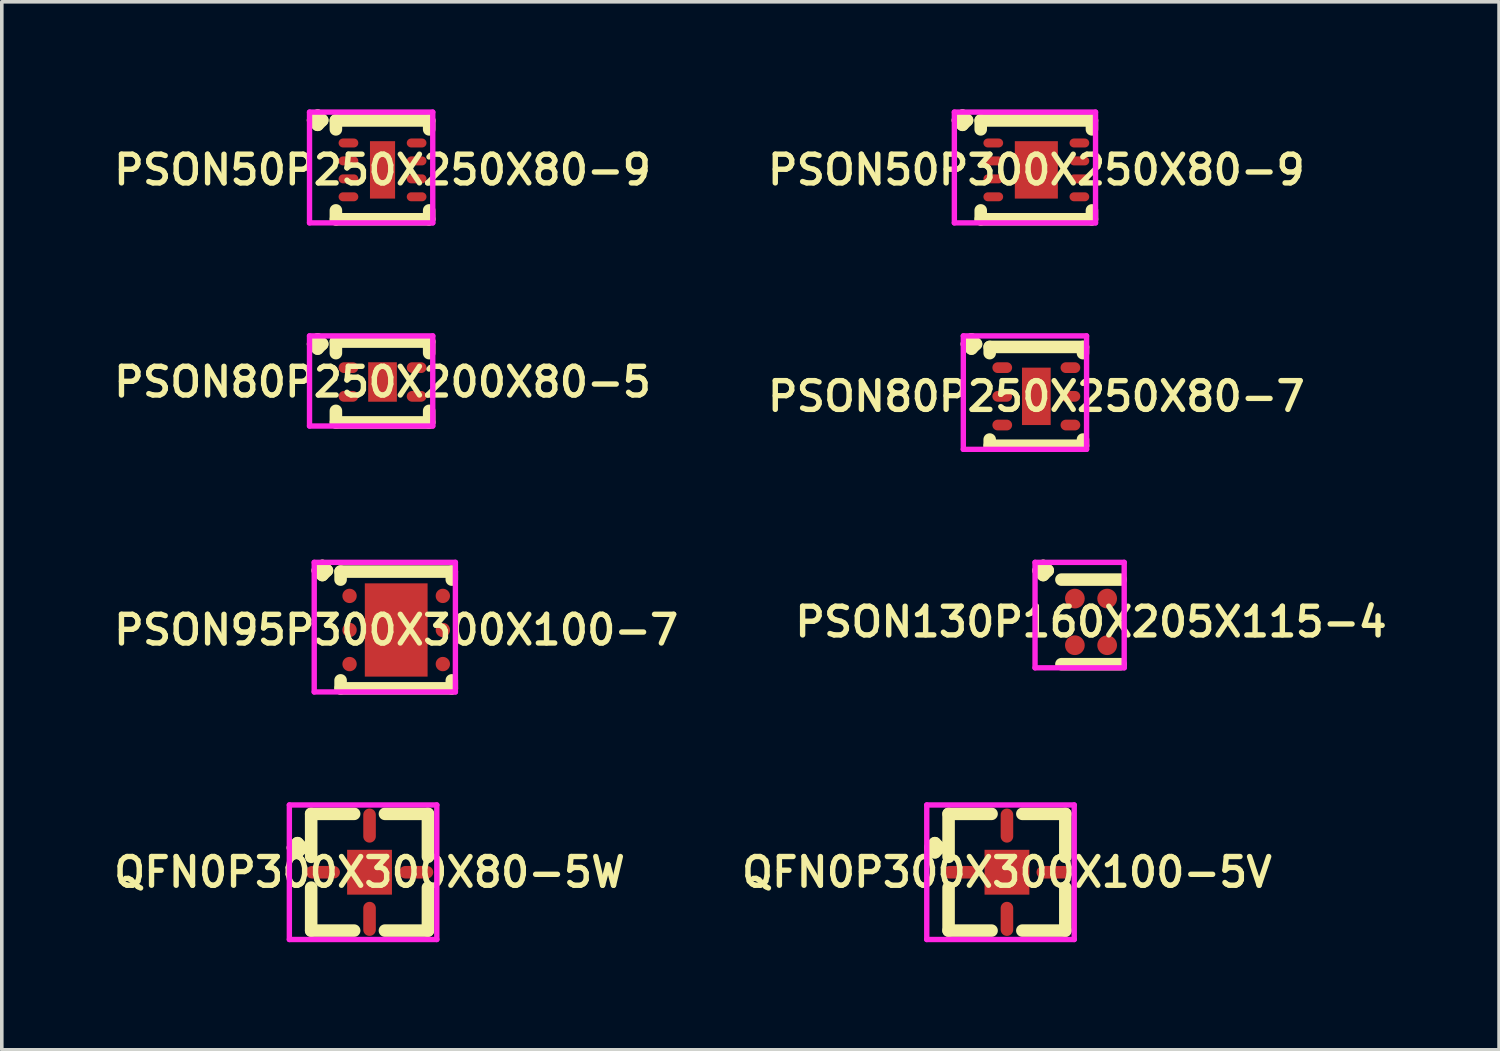
<source format=kicad_pcb>
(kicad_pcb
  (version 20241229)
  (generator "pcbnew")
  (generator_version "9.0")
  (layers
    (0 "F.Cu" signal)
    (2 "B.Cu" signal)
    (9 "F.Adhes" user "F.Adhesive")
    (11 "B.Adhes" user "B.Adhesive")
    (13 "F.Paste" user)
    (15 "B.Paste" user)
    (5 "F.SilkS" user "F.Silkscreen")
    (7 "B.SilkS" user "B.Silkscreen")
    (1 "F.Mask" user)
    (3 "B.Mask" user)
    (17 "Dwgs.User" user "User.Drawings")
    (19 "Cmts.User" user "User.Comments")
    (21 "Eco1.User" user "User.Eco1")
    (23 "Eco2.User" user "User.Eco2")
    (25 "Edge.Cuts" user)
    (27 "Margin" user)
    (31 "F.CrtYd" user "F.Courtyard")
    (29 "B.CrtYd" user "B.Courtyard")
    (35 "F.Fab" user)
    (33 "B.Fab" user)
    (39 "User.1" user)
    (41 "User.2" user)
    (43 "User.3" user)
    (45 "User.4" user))
  (footprint "PSON80P250X200X80-5"
    (layer "F.Cu")
    (at 7.612 7.597)
    (property "Reference" "PSON80P250X200X80-5" (at 0 0 0) (layer "F.SilkS") (effects (font (size 0.8 0.8) (thickness 0.15))))
    (attr through_hole)
    (fp_line (start -1.935 -1.058) (end -1.808 -1.185) (stroke (width 0.35) (type solid)) (layer "F.SilkS"))
    (fp_line (start -1.808 -1.185) (end -1.681 -1.058) (stroke (width 0.35) (type solid)) (layer "F.SilkS"))
    (fp_line (start -1.808 -0.931) (end -1.935 -1.058) (stroke (width 0.35) (type solid)) (layer "F.SilkS"))
    (fp_line (start -1.681 -1.058) (end -1.808 -0.931) (stroke (width 0.35) (type solid)) (layer "F.SilkS"))
    (fp_line (start -1.3 -1.127) (end 1.3 -1.127) (stroke (width 0.35) (type solid)) (layer "F.SilkS"))
    (fp_line (start -1.3 -0.804) (end -1.3 -1.127) (stroke (width 0.35) (type solid)) (layer "F.SilkS"))
    (fp_line (start -1.3 0.804) (end -1.3 1.127) (stroke (width 0.35) (type solid)) (layer "F.SilkS"))
    (fp_line (start -1.3 1.127) (end 1.3 1.127) (stroke (width 0.35) (type solid)) (layer "F.SilkS"))
    (fp_line (start 1.3 -1.127) (end 1.3 -0.804) (stroke (width 0.35) (type solid)) (layer "F.SilkS"))
    (fp_line (start 1.3 1.127) (end 1.3 0.804) (stroke (width 0.35) (type solid)) (layer "F.SilkS"))
    (fp_line (start -2.035 -1.285) (end 1.4 -1.285) (stroke (width 0.15) (type solid)) (layer "F.CrtYd"))
    (fp_line (start -2.035 1.227) (end -2.035 -1.285) (stroke (width 0.15) (type solid)) (layer "F.CrtYd"))
    (fp_line (start 1.4 -1.285) (end 1.4 1.227) (stroke (width 0.15) (type solid)) (layer "F.CrtYd"))
    (fp_line (start 1.4 1.227) (end -2.035 1.227) (stroke (width 0.15) (type solid)) (layer "F.CrtYd"))
    (pad "1" smd oval (at -0.95 -0.4) (size 0.55 0.3) (layers "F.Cu" "F.Mask" "F.Paste"))
    (pad "2" smd oval (at -0.95 0.4) (size 0.55 0.3) (layers "F.Cu" "F.Mask" "F.Paste"))
    (pad "3" smd oval (at 0.95 0.4) (size 0.55 0.3) (layers "F.Cu" "F.Mask" "F.Paste"))
    (pad "4" smd oval (at 0.95 -0.4) (size 0.55 0.3) (layers "F.Cu" "F.Mask" "F.Paste"))
    (pad "5" smd rect (at 0 0) (size 0.8 1.1) (layers "F.Cu" "F.Mask" "F.Paste")))
  (footprint "PSON130P160X205X115-4"
    (layer "F.Cu")
    (at 27.359 14.284)
    (property "Reference" "PSON130P160X205X115-4" (at 0 0 0) (layer "F.SilkS") (effects (font (size 0.8 0.8) (thickness 0.15))))
    (attr smd)
    (fp_line (start -1.46 -1.433) (end -1.333 -1.56) (stroke (width 0.35) (type solid)) (layer "F.SilkS"))
    (fp_line (start -1.333 -1.56) (end -1.206 -1.433) (stroke (width 0.35) (type solid)) (layer "F.SilkS"))
    (fp_line (start -1.333 -1.306) (end -1.46 -1.433) (stroke (width 0.35) (type solid)) (layer "F.SilkS"))
    (fp_line (start -1.206 -1.433) (end -1.333 -1.306) (stroke (width 0.35) (type solid)) (layer "F.SilkS"))
    (fp_line (start -0.825 -1.179) (end 0.825 -1.179) (stroke (width 0.35) (type solid)) (layer "F.SilkS"))
    (fp_line (start -0.825 1.179) (end 0.825 1.179) (stroke (width 0.35) (type solid)) (layer "F.SilkS"))
    (fp_line (start -1.56 -1.66) (end 0.925 -1.66) (stroke (width 0.15) (type solid)) (layer "F.CrtYd"))
    (fp_line (start -1.56 1.279) (end -1.56 -1.66) (stroke (width 0.15) (type solid)) (layer "F.CrtYd"))
    (fp_line (start 0.925 -1.66) (end 0.925 1.279) (stroke (width 0.15) (type solid)) (layer "F.CrtYd"))
    (fp_line (start 0.925 1.279) (end -1.56 1.279) (stroke (width 0.15) (type solid)) (layer "F.CrtYd"))
    (pad "1" smd oval (at -0.45 -0.65) (size 0.55 0.55) (layers "F.Cu" "F.Mask" "F.Paste"))
    (pad "2" smd oval (at -0.45 0.65) (size 0.55 0.55) (layers "F.Cu" "F.Mask" "F.Paste"))
    (pad "3" smd oval (at 0.45 0.65) (size 0.55 0.55) (layers "F.Cu" "F.Mask" "F.Paste"))
    (pad "4" smd oval (at 0.45 -0.65) (size 0.55 0.55) (layers "F.Cu" "F.Mask" "F.Paste")))
  (footprint "PSON50P250X250X80-9"
    (layer "F.Cu")
    (at 7.612 1.685)
    (property "Reference" "PSON50P250X250X80-9" (at 0 0 0) (layer "F.SilkS") (effects (font (size 0.8 0.8) (thickness 0.15))))
    (attr smd)
    (fp_line (start -1.935 -1.383) (end -1.808 -1.51) (stroke (width 0.35) (type solid)) (layer "F.SilkS"))
    (fp_line (start -1.808 -1.51) (end -1.681 -1.383) (stroke (width 0.35) (type solid)) (layer "F.SilkS"))
    (fp_line (start -1.808 -1.256) (end -1.935 -1.383) (stroke (width 0.35) (type solid)) (layer "F.SilkS"))
    (fp_line (start -1.681 -1.383) (end -1.808 -1.256) (stroke (width 0.35) (type solid)) (layer "F.SilkS"))
    (fp_line (start -1.3 -1.377) (end 1.3 -1.377) (stroke (width 0.35) (type solid)) (layer "F.SilkS"))
    (fp_line (start -1.3 -1.129) (end -1.3 -1.377) (stroke (width 0.35) (type solid)) (layer "F.SilkS"))
    (fp_line (start -1.3 1.129) (end -1.3 1.377) (stroke (width 0.35) (type solid)) (layer "F.SilkS"))
    (fp_line (start -1.3 1.377) (end 1.3 1.377) (stroke (width 0.35) (type solid)) (layer "F.SilkS"))
    (fp_line (start 1.3 -1.377) (end 1.3 -1.129) (stroke (width 0.35) (type solid)) (layer "F.SilkS"))
    (fp_line (start 1.3 1.377) (end 1.3 1.129) (stroke (width 0.35) (type solid)) (layer "F.SilkS"))
    (fp_line (start -2.035 -1.61) (end 1.4 -1.61) (stroke (width 0.15) (type solid)) (layer "F.CrtYd"))
    (fp_line (start -2.035 1.477) (end -2.035 -1.61) (stroke (width 0.15) (type solid)) (layer "F.CrtYd"))
    (fp_line (start 1.4 -1.61) (end 1.4 1.477) (stroke (width 0.15) (type solid)) (layer "F.CrtYd"))
    (fp_line (start 1.4 1.477) (end -2.035 1.477) (stroke (width 0.15) (type solid)) (layer "F.CrtYd"))
    (pad "1" smd oval (at -0.95 -0.75) (size 0.55 0.25) (layers "F.Cu" "F.Mask" "F.Paste"))
    (pad "2" smd oval (at -0.95 -0.25) (size 0.55 0.25) (layers "F.Cu" "F.Mask" "F.Paste"))
    (pad "3" smd oval (at -0.95 0.25) (size 0.55 0.25) (layers "F.Cu" "F.Mask" "F.Paste"))
    (pad "4" smd oval (at -0.95 0.75) (size 0.55 0.25) (layers "F.Cu" "F.Mask" "F.Paste"))
    (pad "5" smd oval (at 0.95 0.75) (size 0.55 0.25) (layers "F.Cu" "F.Mask" "F.Paste"))
    (pad "6" smd oval (at 0.95 0.25) (size 0.55 0.25) (layers "F.Cu" "F.Mask" "F.Paste"))
    (pad "7" smd oval (at 0.95 -0.25) (size 0.55 0.25) (layers "F.Cu" "F.Mask" "F.Paste"))
    (pad "8" smd oval (at 0.95 -0.75) (size 0.55 0.25) (layers "F.Cu" "F.Mask" "F.Paste"))
    (pad "9" smd rect (at 0 0) (size 0.7 1.6) (layers "F.Cu" "F.Mask" "F.Paste")))
  (footprint "QFN0P300X300X80-5W"
    (layer "F.Cu")
    (at 7.25 21.261)
    (property "Reference" "QFN0P300X300X80-5W" (at 0 0 0) (layer "F.SilkS") (effects (font (size 0.8 0.8) (thickness 0.15))))
    (attr smd)
    (fp_line (start -2.135 -0.683) (end -2.008 -0.81) (stroke (width 0.35) (type solid)) (layer "F.SilkS"))
    (fp_line (start -2.008 -0.81) (end -1.881 -0.683) (stroke (width 0.35) (type solid)) (layer "F.SilkS"))
    (fp_line (start -2.008 -0.556) (end -2.135 -0.683) (stroke (width 0.35) (type solid)) (layer "F.SilkS"))
    (fp_line (start -1.881 -0.683) (end -2.008 -0.556) (stroke (width 0.35) (type solid)) (layer "F.SilkS"))
    (fp_line (start -1.627 -1.627) (end -0.429 -1.627) (stroke (width 0.35) (type solid)) (layer "F.SilkS"))
    (fp_line (start -1.627 -0.429) (end -1.627 -1.627) (stroke (width 0.35) (type solid)) (layer "F.SilkS"))
    (fp_line (start -1.627 0.429) (end -1.627 1.627) (stroke (width 0.35) (type solid)) (layer "F.SilkS"))
    (fp_line (start -1.627 1.627) (end -0.429 1.627) (stroke (width 0.35) (type solid)) (layer "F.SilkS"))
    (fp_line (start 0.429 -1.627) (end 1.627 -1.627) (stroke (width 0.35) (type solid)) (layer "F.SilkS"))
    (fp_line (start 0.429 1.627) (end 1.627 1.627) (stroke (width 0.35) (type solid)) (layer "F.SilkS"))
    (fp_line (start 1.627 -1.627) (end 1.627 -0.429) (stroke (width 0.35) (type solid)) (layer "F.SilkS"))
    (fp_line (start 1.627 1.627) (end 1.627 0.429) (stroke (width 0.35) (type solid)) (layer "F.SilkS"))
    (fp_line (start -2.235 -1.875) (end 1.875 -1.875) (stroke (width 0.15) (type solid)) (layer "F.CrtYd"))
    (fp_line (start -2.235 1.875) (end -2.235 -1.875) (stroke (width 0.15) (type solid)) (layer "F.CrtYd"))
    (fp_line (start 1.875 -1.875) (end 1.875 1.875) (stroke (width 0.15) (type solid)) (layer "F.CrtYd"))
    (fp_line (start 1.875 1.875) (end -2.235 1.875) (stroke (width 0.15) (type solid)) (layer "F.CrtYd"))
    (pad "1" smd oval (at -1.3 0) (size 0.95 0.35) (layers "F.Cu" "F.Mask" "F.Paste"))
    (pad "2" smd oval (at 0 1.3) (size 0.35 0.95) (layers "F.Cu" "F.Mask" "F.Paste"))
    (pad "3" smd oval (at 1.3 0) (size 0.95 0.35) (layers "F.Cu" "F.Mask" "F.Paste"))
    (pad "4" smd oval (at 0 -1.3) (size 0.35 0.95) (layers "F.Cu" "F.Mask" "F.Paste"))
    (pad "5" smd rect (at 0 0) (size 1.25 1.25) (layers "F.Cu" "F.Mask" "F.Paste")))
  (footprint "PSON95P300X300X100-7"
    (layer "F.Cu")
    (at 7.993 14.509)
    (property "Reference" "PSON95P300X300X100-7" (at 0 0 0) (layer "F.SilkS") (effects (font (size 0.8 0.8) (thickness 0.15))))
    (attr through_hole)
    (fp_line (start -2.185 -1.658) (end -2.058 -1.785) (stroke (width 0.35) (type solid)) (layer "F.SilkS"))
    (fp_line (start -2.058 -1.785) (end -1.931 -1.658) (stroke (width 0.35) (type solid)) (layer "F.SilkS"))
    (fp_line (start -2.058 -1.531) (end -2.185 -1.658) (stroke (width 0.35) (type solid)) (layer "F.SilkS"))
    (fp_line (start -1.931 -1.658) (end -2.058 -1.531) (stroke (width 0.35) (type solid)) (layer "F.SilkS"))
    (fp_line (start -1.55 -1.627) (end 1.55 -1.627) (stroke (width 0.35) (type solid)) (layer "F.SilkS"))
    (fp_line (start -1.55 -1.404) (end -1.55 -1.627) (stroke (width 0.35) (type solid)) (layer "F.SilkS"))
    (fp_line (start -1.55 1.404) (end -1.55 1.627) (stroke (width 0.35) (type solid)) (layer "F.SilkS"))
    (fp_line (start -1.55 1.627) (end 1.55 1.627) (stroke (width 0.35) (type solid)) (layer "F.SilkS"))
    (fp_line (start 1.55 -1.627) (end 1.55 -1.404) (stroke (width 0.35) (type solid)) (layer "F.SilkS"))
    (fp_line (start 1.55 1.627) (end 1.55 1.404) (stroke (width 0.35) (type solid)) (layer "F.SilkS"))
    (fp_line (start -2.285 -1.885) (end 1.65 -1.885) (stroke (width 0.15) (type solid)) (layer "F.CrtYd"))
    (fp_line (start -2.285 1.727) (end -2.285 -1.885) (stroke (width 0.15) (type solid)) (layer "F.CrtYd"))
    (fp_line (start 1.65 -1.885) (end 1.65 1.727) (stroke (width 0.15) (type solid)) (layer "F.CrtYd"))
    (fp_line (start 1.65 1.727) (end -2.285 1.727) (stroke (width 0.15) (type solid)) (layer "F.CrtYd"))
    (pad "1" smd oval (at -1.3 -0.95) (size 0.4 0.4) (layers "F.Cu" "F.Mask" "F.Paste"))
    (pad "2" smd oval (at -1.3 0) (size 0.4 0.4) (layers "F.Cu" "F.Mask" "F.Paste"))
    (pad "3" smd oval (at -1.3 0.95) (size 0.4 0.4) (layers "F.Cu" "F.Mask" "F.Paste"))
    (pad "4" smd oval (at 1.3 0.95) (size 0.4 0.4) (layers "F.Cu" "F.Mask" "F.Paste"))
    (pad "5" smd oval (at 1.3 0) (size 0.4 0.4) (layers "F.Cu" "F.Mask" "F.Paste"))
    (pad "6" smd oval (at 1.3 -0.95) (size 0.4 0.4) (layers "F.Cu" "F.Mask" "F.Paste"))
    (pad "7" smd rect (at 0 0) (size 1.75 2.6) (layers "F.Cu" "F.Mask" "F.Paste")))
  (footprint "PSON80P250X250X80-7"
    (layer "F.Cu")
    (at 25.835 7.997)
    (property "Reference" "PSON80P250X250X80-7" (at 0 0 0) (layer "F.SilkS") (effects (font (size 0.8 0.8) (thickness 0.15))))
    (attr smd)
    (fp_line (start -1.935 -1.458) (end -1.808 -1.585) (stroke (width 0.35) (type solid)) (layer "F.SilkS"))
    (fp_line (start -1.808 -1.585) (end -1.681 -1.458) (stroke (width 0.35) (type solid)) (layer "F.SilkS"))
    (fp_line (start -1.808 -1.331) (end -1.935 -1.458) (stroke (width 0.35) (type solid)) (layer "F.SilkS"))
    (fp_line (start -1.681 -1.458) (end -1.808 -1.331) (stroke (width 0.35) (type solid)) (layer "F.SilkS"))
    (fp_line (start -1.3 -1.377) (end 1.3 -1.377) (stroke (width 0.35) (type solid)) (layer "F.SilkS"))
    (fp_line (start -1.3 -1.204) (end -1.3 -1.377) (stroke (width 0.35) (type solid)) (layer "F.SilkS"))
    (fp_line (start -1.3 1.204) (end -1.3 1.377) (stroke (width 0.35) (type solid)) (layer "F.SilkS"))
    (fp_line (start -1.3 1.377) (end 1.3 1.377) (stroke (width 0.35) (type solid)) (layer "F.SilkS"))
    (fp_line (start 1.3 -1.377) (end 1.3 -1.204) (stroke (width 0.35) (type solid)) (layer "F.SilkS"))
    (fp_line (start 1.3 1.377) (end 1.3 1.204) (stroke (width 0.35) (type solid)) (layer "F.SilkS"))
    (fp_line (start -2.035 -1.685) (end 1.4 -1.685) (stroke (width 0.15) (type solid)) (layer "F.CrtYd"))
    (fp_line (start -2.035 1.477) (end -2.035 -1.685) (stroke (width 0.15) (type solid)) (layer "F.CrtYd"))
    (fp_line (start 1.4 -1.685) (end 1.4 1.477) (stroke (width 0.15) (type solid)) (layer "F.CrtYd"))
    (fp_line (start 1.4 1.477) (end -2.035 1.477) (stroke (width 0.15) (type solid)) (layer "F.CrtYd"))
    (pad "1" smd oval (at -0.95 -0.8) (size 0.55 0.3) (layers "F.Cu" "F.Mask" "F.Paste"))
    (pad "2" smd oval (at -0.95 0) (size 0.55 0.3) (layers "F.Cu" "F.Mask" "F.Paste"))
    (pad "3" smd oval (at -0.95 0.8) (size 0.55 0.3) (layers "F.Cu" "F.Mask" "F.Paste"))
    (pad "4" smd oval (at 0.95 0.8) (size 0.55 0.3) (layers "F.Cu" "F.Mask" "F.Paste"))
    (pad "5" smd oval (at 0.95 0) (size 0.55 0.3) (layers "F.Cu" "F.Mask" "F.Paste"))
    (pad "6" smd oval (at 0.95 -0.8) (size 0.55 0.3) (layers "F.Cu" "F.Mask" "F.Paste"))
    (pad "7" smd rect (at 0 0) (size 0.8 1.6) (layers "F.Cu" "F.Mask" "F.Paste")))
  (footprint "PSON50P300X250X80-9"
    (layer "F.Cu")
    (at 25.835 1.685)
    (property "Reference" "PSON50P300X250X80-9" (at 0 0 0) (layer "F.SilkS") (effects (font (size 0.8 0.8) (thickness 0.15))))
    (attr smd)
    (fp_line (start -2.185 -1.383) (end -2.058 -1.51) (stroke (width 0.35) (type solid)) (layer "F.SilkS"))
    (fp_line (start -2.058 -1.51) (end -1.931 -1.383) (stroke (width 0.35) (type solid)) (layer "F.SilkS"))
    (fp_line (start -2.058 -1.256) (end -2.185 -1.383) (stroke (width 0.35) (type solid)) (layer "F.SilkS"))
    (fp_line (start -1.931 -1.383) (end -2.058 -1.256) (stroke (width 0.35) (type solid)) (layer "F.SilkS"))
    (fp_line (start -1.55 -1.377) (end 1.55 -1.377) (stroke (width 0.35) (type solid)) (layer "F.SilkS"))
    (fp_line (start -1.55 -1.129) (end -1.55 -1.377) (stroke (width 0.35) (type solid)) (layer "F.SilkS"))
    (fp_line (start -1.55 1.129) (end -1.55 1.377) (stroke (width 0.35) (type solid)) (layer "F.SilkS"))
    (fp_line (start -1.55 1.377) (end 1.55 1.377) (stroke (width 0.35) (type solid)) (layer "F.SilkS"))
    (fp_line (start 1.55 -1.377) (end 1.55 -1.129) (stroke (width 0.35) (type solid)) (layer "F.SilkS"))
    (fp_line (start 1.55 1.377) (end 1.55 1.129) (stroke (width 0.35) (type solid)) (layer "F.SilkS"))
    (fp_line (start -2.285 -1.61) (end 1.65 -1.61) (stroke (width 0.15) (type solid)) (layer "F.CrtYd"))
    (fp_line (start -2.285 1.477) (end -2.285 -1.61) (stroke (width 0.15) (type solid)) (layer "F.CrtYd"))
    (fp_line (start 1.65 -1.61) (end 1.65 1.477) (stroke (width 0.15) (type solid)) (layer "F.CrtYd"))
    (fp_line (start 1.65 1.477) (end -2.285 1.477) (stroke (width 0.15) (type solid)) (layer "F.CrtYd"))
    (pad "1" smd oval (at -1.2 -0.75) (size 0.55 0.25) (layers "F.Cu" "F.Mask" "F.Paste"))
    (pad "2" smd oval (at -1.2 -0.25) (size 0.55 0.25) (layers "F.Cu" "F.Mask" "F.Paste"))
    (pad "3" smd oval (at -1.2 0.25) (size 0.55 0.25) (layers "F.Cu" "F.Mask" "F.Paste"))
    (pad "4" smd oval (at -1.2 0.75) (size 0.55 0.25) (layers "F.Cu" "F.Mask" "F.Paste"))
    (pad "5" smd oval (at 1.2 0.75) (size 0.55 0.25) (layers "F.Cu" "F.Mask" "F.Paste"))
    (pad "6" smd oval (at 1.2 0.25) (size 0.55 0.25) (layers "F.Cu" "F.Mask" "F.Paste"))
    (pad "7" smd oval (at 1.2 -0.25) (size 0.55 0.25) (layers "F.Cu" "F.Mask" "F.Paste"))
    (pad "8" smd oval (at 1.2 -0.75) (size 0.55 0.25) (layers "F.Cu" "F.Mask" "F.Paste"))
    (pad "9" smd rect (at 0 0) (size 1.2 1.6) (layers "F.Cu" "F.Mask" "F.Paste")))
  (footprint "QFN0P300X300X100-5V"
    (layer "F.Cu")
    (at 25.016 21.261)
    (property "Reference" "QFN0P300X300X100-5V" (at 0 0 0) (layer "F.SilkS") (effects (font (size 0.8 0.8) (thickness 0.15))))
    (attr smd)
    (fp_line (start -2.135 -0.683) (end -2.008 -0.81) (stroke (width 0.35) (type solid)) (layer "F.SilkS"))
    (fp_line (start -2.008 -0.81) (end -1.881 -0.683) (stroke (width 0.35) (type solid)) (layer "F.SilkS"))
    (fp_line (start -2.008 -0.556) (end -2.135 -0.683) (stroke (width 0.35) (type solid)) (layer "F.SilkS"))
    (fp_line (start -1.881 -0.683) (end -2.008 -0.556) (stroke (width 0.35) (type solid)) (layer "F.SilkS"))
    (fp_line (start -1.627 -1.627) (end -0.429 -1.627) (stroke (width 0.35) (type solid)) (layer "F.SilkS"))
    (fp_line (start -1.627 -0.429) (end -1.627 -1.627) (stroke (width 0.35) (type solid)) (layer "F.SilkS"))
    (fp_line (start -1.627 0.429) (end -1.627 1.627) (stroke (width 0.35) (type solid)) (layer "F.SilkS"))
    (fp_line (start -1.627 1.627) (end -0.429 1.627) (stroke (width 0.35) (type solid)) (layer "F.SilkS"))
    (fp_line (start 0.429 -1.627) (end 1.627 -1.627) (stroke (width 0.35) (type solid)) (layer "F.SilkS"))
    (fp_line (start 0.429 1.627) (end 1.627 1.627) (stroke (width 0.35) (type solid)) (layer "F.SilkS"))
    (fp_line (start 1.627 -1.627) (end 1.627 -0.429) (stroke (width 0.35) (type solid)) (layer "F.SilkS"))
    (fp_line (start 1.627 1.627) (end 1.627 0.429) (stroke (width 0.35) (type solid)) (layer "F.SilkS"))
    (fp_line (start -2.235 -1.875) (end 1.875 -1.875) (stroke (width 0.15) (type solid)) (layer "F.CrtYd"))
    (fp_line (start -2.235 1.875) (end -2.235 -1.875) (stroke (width 0.15) (type solid)) (layer "F.CrtYd"))
    (fp_line (start 1.875 -1.875) (end 1.875 1.875) (stroke (width 0.15) (type solid)) (layer "F.CrtYd"))
    (fp_line (start 1.875 1.875) (end -2.235 1.875) (stroke (width 0.15) (type solid)) (layer "F.CrtYd"))
    (pad "1" smd oval (at -1.3 0) (size 0.95 0.35) (layers "F.Cu" "F.Mask" "F.Paste"))
    (pad "2" smd oval (at 0 1.3) (size 0.35 0.95) (layers "F.Cu" "F.Mask" "F.Paste"))
    (pad "3" smd oval (at 1.3 0) (size 0.95 0.35) (layers "F.Cu" "F.Mask" "F.Paste"))
    (pad "4" smd oval (at 0 -1.3) (size 0.35 0.95) (layers "F.Cu" "F.Mask" "F.Paste"))
    (pad "5" smd rect (at 0 0) (size 1.25 1.25) (layers "F.Cu" "F.Mask" "F.Paste")))
  (gr_rect
    (start -3 -3)
    (end 38.732 26.211)
    (stroke (width 0.1) (type default))
    (fill no)
    (layer "Edge.Cuts")))
</source>
